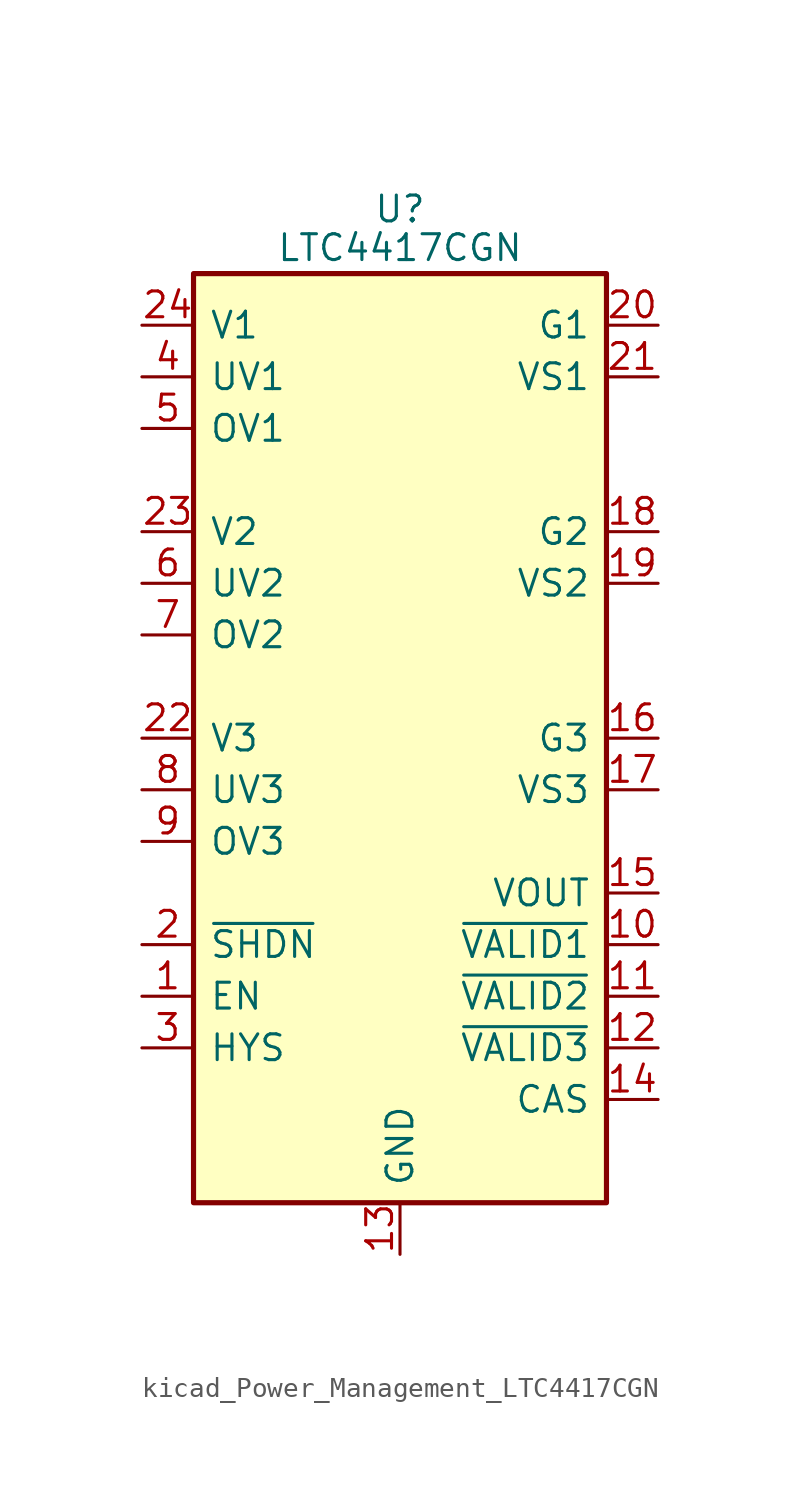
<source format=kicad_sym>
(kicad_symbol_lib
  (version 20220914)
  (generator kicad_symbol_editor)
  (symbol "kicad_Power_Management_LTC4417CGN"
    (pin_names
      (offset 0.762))
    (property "Reference" "U"
      (at 0 26.035 0)
      (effects (font (size 1.27 1.27))))
    (property "Value" "LTC4417CGN"
      (at 0 24.13 0)
      (effects (font (size 1.27 1.27))))
    (symbol "kicad_Power_Management_LTC4417CGN_0_1"
      (rectangle (start -10.16 22.86) (end 10.16 -22.86) (stroke (width 0.254) (type default)) (fill (type background))))
    (symbol "kicad_Power_Management_LTC4417CGN_1_1"
      (pin input line (at -12.7 -12.7 0) (length 2.54) (name "EN" (effects (font (size 1.27 1.27)))) (number "1" (effects (font (size 1.27 1.27)))))
      (pin open_collector line (at 12.7 -10.16 180) (length 2.54) (name "~{VALID1}" (effects (font (size 1.27 1.27)))) (number "10" (effects (font (size 1.27 1.27)))))
      (pin open_collector line (at 12.7 -12.7 180) (length 2.54) (name "~{VALID2}" (effects (font (size 1.27 1.27)))) (number "11" (effects (font (size 1.27 1.27)))))
      (pin open_collector line (at 12.7 -15.24 180) (length 2.54) (name "~{VALID3}" (effects (font (size 1.27 1.27)))) (number "12" (effects (font (size 1.27 1.27)))))
      (pin power_in line (at 0 -25.4 90) (length 2.54) (name "GND" (effects (font (size 1.27 1.27)))) (number "13" (effects (font (size 1.27 1.27)))))
      (pin output line (at 12.7 -17.78 180) (length 2.54) (name "CAS" (effects (font (size 1.27 1.27)))) (number "14" (effects (font (size 1.27 1.27)))))
      (pin output line (at 12.7 -7.62 180) (length 2.54) (name "VOUT" (effects (font (size 1.27 1.27)))) (number "15" (effects (font (size 1.27 1.27)))))
      (pin output line (at 12.7 0 180) (length 2.54) (name "G3" (effects (font (size 1.27 1.27)))) (number "16" (effects (font (size 1.27 1.27)))))
      (pin output line (at 12.7 -2.54 180) (length 2.54) (name "VS3" (effects (font (size 1.27 1.27)))) (number "17" (effects (font (size 1.27 1.27)))))
      (pin output line (at 12.7 10.16 180) (length 2.54) (name "G2" (effects (font (size 1.27 1.27)))) (number "18" (effects (font (size 1.27 1.27)))))
      (pin output line (at 12.7 7.62 180) (length 2.54) (name "VS2" (effects (font (size 1.27 1.27)))) (number "19" (effects (font (size 1.27 1.27)))))
      (pin input line (at -12.7 -10.16 0) (length 2.54) (name "~{SHDN}" (effects (font (size 1.27 1.27)))) (number "2" (effects (font (size 1.27 1.27)))))
      (pin output line (at 12.7 20.32 180) (length 2.54) (name "G1" (effects (font (size 1.27 1.27)))) (number "20" (effects (font (size 1.27 1.27)))))
      (pin output line (at 12.7 17.78 180) (length 2.54) (name "VS1" (effects (font (size 1.27 1.27)))) (number "21" (effects (font (size 1.27 1.27)))))
      (pin input line (at -12.7 0 0) (length 2.54) (name "V3" (effects (font (size 1.27 1.27)))) (number "22" (effects (font (size 1.27 1.27)))))
      (pin input line (at -12.7 10.16 0) (length 2.54) (name "V2" (effects (font (size 1.27 1.27)))) (number "23" (effects (font (size 1.27 1.27)))))
      (pin input line (at -12.7 20.32 0) (length 2.54) (name "V1" (effects (font (size 1.27 1.27)))) (number "24" (effects (font (size 1.27 1.27)))))
      (pin input line (at -12.7 -15.24 0) (length 2.54) (name "HYS" (effects (font (size 1.27 1.27)))) (number "3" (effects (font (size 1.27 1.27)))))
      (pin input line (at -12.7 17.78 0) (length 2.54) (name "UV1" (effects (font (size 1.27 1.27)))) (number "4" (effects (font (size 1.27 1.27)))))
      (pin input line (at -12.7 15.24 0) (length 2.54) (name "OV1" (effects (font (size 1.27 1.27)))) (number "5" (effects (font (size 1.27 1.27)))))
      (pin input line (at -12.7 7.62 0) (length 2.54) (name "UV2" (effects (font (size 1.27 1.27)))) (number "6" (effects (font (size 1.27 1.27)))))
      (pin input line (at -12.7 5.08 0) (length 2.54) (name "OV2" (effects (font (size 1.27 1.27)))) (number "7" (effects (font (size 1.27 1.27)))))
      (pin input line (at -12.7 -2.54 0) (length 2.54) (name "UV3" (effects (font (size 1.27 1.27)))) (number "8" (effects (font (size 1.27 1.27)))))
      (pin input line (at -12.7 -5.08 0) (length 2.54) (name "OV3" (effects (font (size 1.27 1.27)))) (number "9" (effects (font (size 1.27 1.27))))))))
</source>
